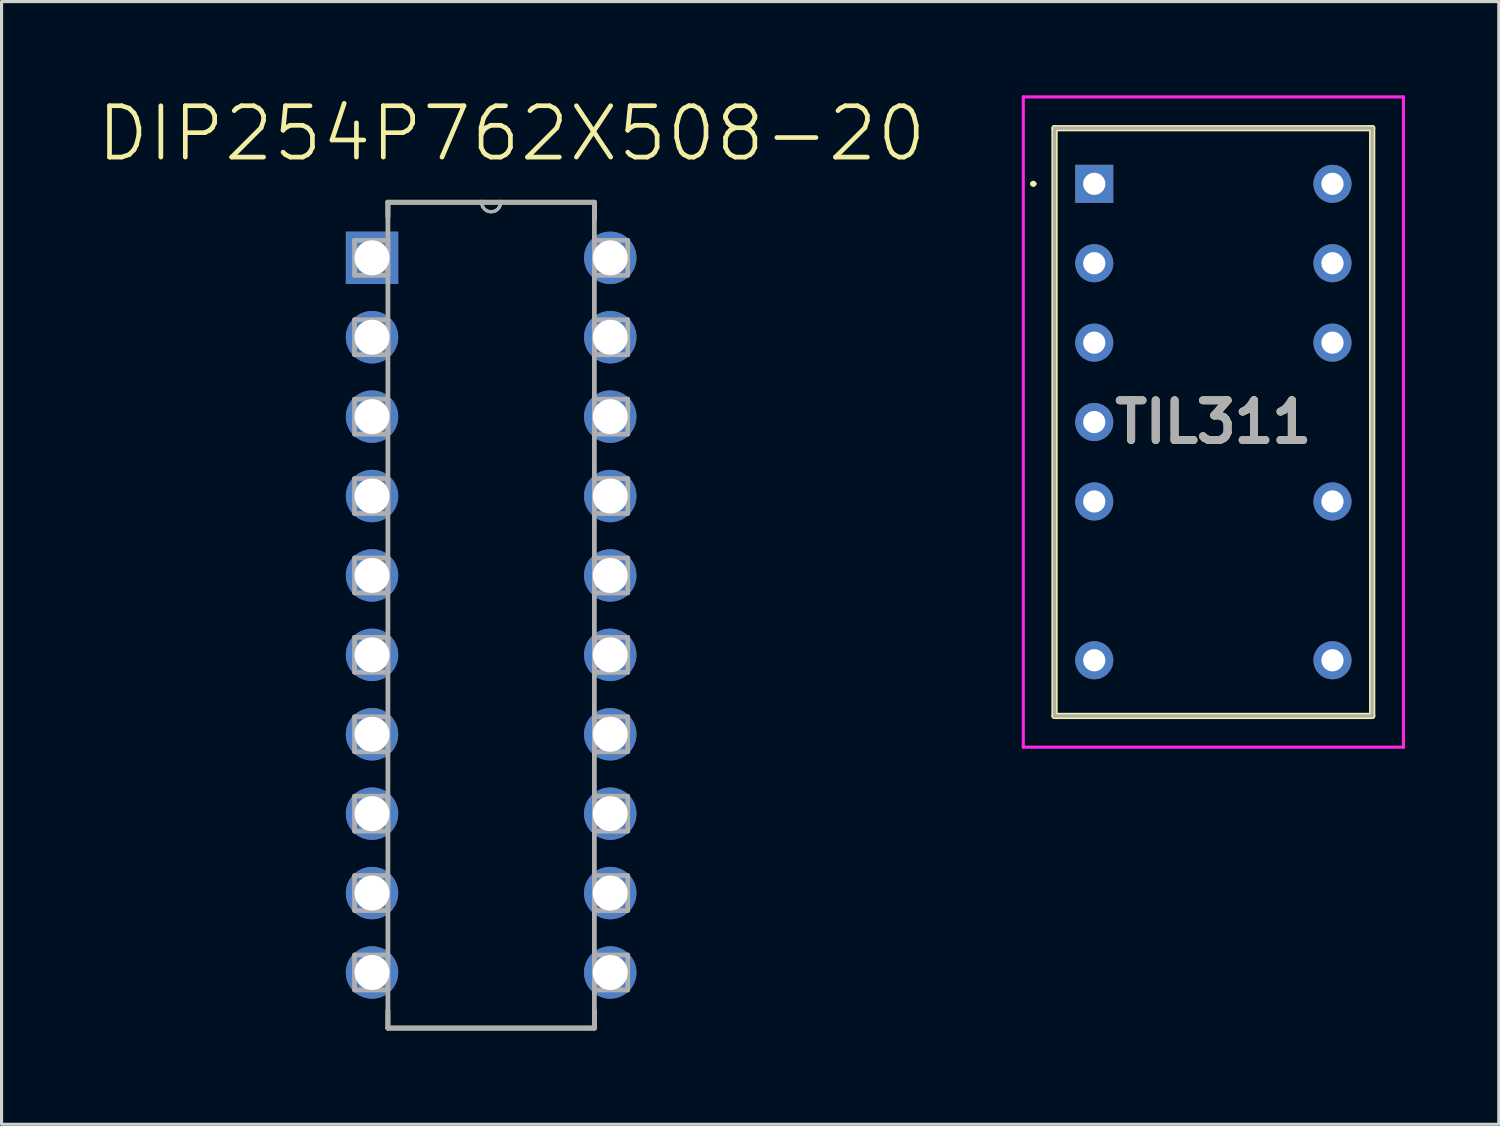
<source format=kicad_pcb>
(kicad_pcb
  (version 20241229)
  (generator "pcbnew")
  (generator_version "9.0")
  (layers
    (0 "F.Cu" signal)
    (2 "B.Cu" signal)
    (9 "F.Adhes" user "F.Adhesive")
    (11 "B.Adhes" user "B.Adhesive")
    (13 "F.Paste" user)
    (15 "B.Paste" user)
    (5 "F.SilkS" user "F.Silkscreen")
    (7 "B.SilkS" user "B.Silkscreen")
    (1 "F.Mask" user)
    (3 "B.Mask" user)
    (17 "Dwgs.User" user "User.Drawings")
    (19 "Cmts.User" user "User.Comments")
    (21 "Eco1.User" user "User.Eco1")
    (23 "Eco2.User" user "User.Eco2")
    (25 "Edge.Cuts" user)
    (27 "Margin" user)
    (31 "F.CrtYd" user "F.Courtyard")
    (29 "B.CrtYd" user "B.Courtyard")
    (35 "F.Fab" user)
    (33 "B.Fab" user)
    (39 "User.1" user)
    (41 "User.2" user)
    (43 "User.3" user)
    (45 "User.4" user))
  (footprint "TIL311"
    (layer "F.Cu")
    (at 31.952 2.83)
    (property "Reference" "TIL311" (at 3.81 7.62 0) (layer "F.SilkS") (effects (font (size 1.27 1.27) (thickness 0.254))))
    (attr through_hole)
    (fp_line (start -2 0) (end -2 0) (stroke (width 0.1) (type solid)) (layer "F.SilkS"))
    (fp_line (start -1.9 0) (end -1.9 0) (stroke (width 0.1) (type solid)) (layer "F.SilkS"))
    (fp_line (start -1.27 -1.78) (end 8.89 -1.78) (stroke (width 0.2) (type solid)) (layer "F.SilkS"))
    (fp_line (start -1.27 17.02) (end -1.27 -1.78) (stroke (width 0.2) (type solid)) (layer "F.SilkS"))
    (fp_line (start 8.89 -1.78) (end 8.89 17.02) (stroke (width 0.2) (type solid)) (layer "F.SilkS"))
    (fp_line (start 8.89 17.02) (end -1.27 17.02) (stroke (width 0.2) (type solid)) (layer "F.SilkS"))
    (fp_arc (start -2 0) (mid -1.95 -0.05) (end -1.9 0) (stroke (width 0.1) (type solid)) (layer "F.SilkS"))
    (fp_arc (start -1.9 0) (mid -1.95 0.05) (end -2 0) (stroke (width 0.1) (type solid)) (layer "F.SilkS"))
    (fp_line (start -2.27 -2.78) (end 9.89 -2.78) (stroke (width 0.1) (type solid)) (layer "F.CrtYd"))
    (fp_line (start -2.27 18.02) (end -2.27 -2.78) (stroke (width 0.1) (type solid)) (layer "F.CrtYd"))
    (fp_line (start 9.89 -2.78) (end 9.89 18.02) (stroke (width 0.1) (type solid)) (layer "F.CrtYd"))
    (fp_line (start 9.89 18.02) (end -2.27 18.02) (stroke (width 0.1) (type solid)) (layer "F.CrtYd"))
    (fp_line (start -1.27 -1.78) (end 8.89 -1.78) (stroke (width 0.1) (type solid)) (layer "F.Fab"))
    (fp_line (start -1.27 17.02) (end -1.27 -1.78) (stroke (width 0.1) (type solid)) (layer "F.Fab"))
    (fp_line (start 8.89 -1.78) (end 8.89 17.02) (stroke (width 0.1) (type solid)) (layer "F.Fab"))
    (fp_line (start 8.89 17.02) (end -1.27 17.02) (stroke (width 0.1) (type solid)) (layer "F.Fab"))
    (fp_text user "${REFERENCE}" (at 3.81 7.62 0) (layer "F.Fab") (effects (font (size 1.27 1.27) (thickness 0.254))))
    (pad "1" thru_hole rect (at 0 0) (size 1.217 1.217) (drill 0.71) (layers "*.Cu" "*.Mask"))
    (pad "2" thru_hole circle (at 0 2.54) (size 1.217 1.217) (drill 0.71) (layers "*.Cu" "*.Mask"))
    (pad "3" thru_hole circle (at 0 5.08) (size 1.217 1.217) (drill 0.71) (layers "*.Cu" "*.Mask"))
    (pad "4" thru_hole circle (at 0 7.62) (size 1.217 1.217) (drill 0.71) (layers "*.Cu" "*.Mask"))
    (pad "5" thru_hole circle (at 0 10.16) (size 1.217 1.217) (drill 0.71) (layers "*.Cu" "*.Mask"))
    (pad "7" thru_hole circle (at 0 15.24) (size 1.217 1.217) (drill 0.71) (layers "*.Cu" "*.Mask"))
    (pad "8" thru_hole circle (at 7.62 15.24) (size 1.217 1.217) (drill 0.71) (layers "*.Cu" "*.Mask"))
    (pad "10" thru_hole circle (at 7.62 10.16) (size 1.217 1.217) (drill 0.71) (layers "*.Cu" "*.Mask"))
    (pad "12" thru_hole circle (at 7.62 5.08) (size 1.217 1.217) (drill 0.71) (layers "*.Cu" "*.Mask"))
    (pad "13" thru_hole circle (at 7.62 2.54) (size 1.217 1.217) (drill 0.71) (layers "*.Cu" "*.Mask"))
    (pad "14" thru_hole circle (at 7.62 0) (size 1.217 1.217) (drill 0.71) (layers "*.Cu" "*.Mask")))
  (footprint "DIP254P762X508-20"
    (layer "F.Cu")
    (at 16.47 28.057)
    (property "Reference" "DIP254P762X508-20" (at -3.154 -26.834 0) (layer "F.SilkS") (effects (font (size 1.642 1.642) (thickness 0.15))))
    (attr through_hole)
    (fp_line (start -7.112 -24.638) (end -7.112 -24.181) (stroke (width 0.152) (type solid)) (layer "F.SilkS"))
    (fp_line (start -7.112 1.219) (end -7.112 1.778) (stroke (width 0.152) (type solid)) (layer "F.SilkS"))
    (fp_line (start -7.112 1.778) (end -0.508 1.778) (stroke (width 0.152) (type solid)) (layer "F.SilkS"))
    (fp_line (start -4.115 -24.638) (end -7.112 -24.638) (stroke (width 0.152) (type solid)) (layer "F.SilkS"))
    (fp_line (start -3.505 -24.638) (end -4.115 -24.638) (stroke (width 0.152) (type solid)) (layer "F.SilkS"))
    (fp_line (start -0.508 -24.638) (end -3.505 -24.638) (stroke (width 0.152) (type solid)) (layer "F.SilkS"))
    (fp_line (start -0.508 -24.079) (end -0.508 -24.638) (stroke (width 0.152) (type solid)) (layer "F.SilkS"))
    (fp_line (start -0.508 1.778) (end -0.508 1.219) (stroke (width 0.152) (type solid)) (layer "F.SilkS"))
    (fp_arc (start -3.5052 -24.638) (mid -3.81 -24.3332) (end -4.1148 -24.638) (stroke (width 0.1) (type solid)) (layer "F.SilkS"))
    (fp_line (start -8.179 -23.419) (end -8.179 -22.301) (stroke (width 0.152) (type solid)) (layer "F.Fab"))
    (fp_line (start -8.179 -22.301) (end -7.112 -22.301) (stroke (width 0.152) (type solid)) (layer "F.Fab"))
    (fp_line (start -8.179 -20.879) (end -8.179 -19.761) (stroke (width 0.152) (type solid)) (layer "F.Fab"))
    (fp_line (start -8.179 -19.761) (end -7.112 -19.761) (stroke (width 0.152) (type solid)) (layer "F.Fab"))
    (fp_line (start -8.179 -18.339) (end -8.179 -17.221) (stroke (width 0.152) (type solid)) (layer "F.Fab"))
    (fp_line (start -8.179 -17.221) (end -7.112 -17.221) (stroke (width 0.152) (type solid)) (layer "F.Fab"))
    (fp_line (start -8.179 -15.799) (end -8.179 -14.681) (stroke (width 0.152) (type solid)) (layer "F.Fab"))
    (fp_line (start -8.179 -14.681) (end -7.112 -14.681) (stroke (width 0.152) (type solid)) (layer "F.Fab"))
    (fp_line (start -8.179 -13.259) (end -8.179 -12.141) (stroke (width 0.152) (type solid)) (layer "F.Fab"))
    (fp_line (start -8.179 -12.141) (end -7.112 -12.141) (stroke (width 0.152) (type solid)) (layer "F.Fab"))
    (fp_line (start -8.179 -10.719) (end -8.179 -9.601) (stroke (width 0.152) (type solid)) (layer "F.Fab"))
    (fp_line (start -8.179 -9.601) (end -7.112 -9.601) (stroke (width 0.152) (type solid)) (layer "F.Fab"))
    (fp_line (start -8.179 -8.179) (end -8.179 -7.061) (stroke (width 0.152) (type solid)) (layer "F.Fab"))
    (fp_line (start -8.179 -7.061) (end -7.112 -7.061) (stroke (width 0.152) (type solid)) (layer "F.Fab"))
    (fp_line (start -8.179 -5.639) (end -8.179 -4.521) (stroke (width 0.152) (type solid)) (layer "F.Fab"))
    (fp_line (start -8.179 -4.521) (end -7.112 -4.521) (stroke (width 0.152) (type solid)) (layer "F.Fab"))
    (fp_line (start -8.179 -3.099) (end -8.179 -1.981) (stroke (width 0.152) (type solid)) (layer "F.Fab"))
    (fp_line (start -8.179 -1.981) (end -7.112 -1.981) (stroke (width 0.152) (type solid)) (layer "F.Fab"))
    (fp_line (start -8.179 -0.559) (end -8.179 0.559) (stroke (width 0.152) (type solid)) (layer "F.Fab"))
    (fp_line (start -8.179 0.559) (end -7.112 0.559) (stroke (width 0.152) (type solid)) (layer "F.Fab"))
    (fp_line (start -7.112 -24.638) (end -7.112 1.778) (stroke (width 0.152) (type solid)) (layer "F.Fab"))
    (fp_line (start -7.112 -23.419) (end -8.179 -23.419) (stroke (width 0.152) (type solid)) (layer "F.Fab"))
    (fp_line (start -7.112 -22.301) (end -7.112 -23.419) (stroke (width 0.152) (type solid)) (layer "F.Fab"))
    (fp_line (start -7.112 -20.879) (end -8.179 -20.879) (stroke (width 0.152) (type solid)) (layer "F.Fab"))
    (fp_line (start -7.112 -19.761) (end -7.112 -20.879) (stroke (width 0.152) (type solid)) (layer "F.Fab"))
    (fp_line (start -7.112 -18.339) (end -8.179 -18.339) (stroke (width 0.152) (type solid)) (layer "F.Fab"))
    (fp_line (start -7.112 -17.221) (end -7.112 -18.339) (stroke (width 0.152) (type solid)) (layer "F.Fab"))
    (fp_line (start -7.112 -15.799) (end -8.179 -15.799) (stroke (width 0.152) (type solid)) (layer "F.Fab"))
    (fp_line (start -7.112 -14.681) (end -7.112 -15.799) (stroke (width 0.152) (type solid)) (layer "F.Fab"))
    (fp_line (start -7.112 -13.259) (end -8.179 -13.259) (stroke (width 0.152) (type solid)) (layer "F.Fab"))
    (fp_line (start -7.112 -12.141) (end -7.112 -13.259) (stroke (width 0.152) (type solid)) (layer "F.Fab"))
    (fp_line (start -7.112 -10.719) (end -8.179 -10.719) (stroke (width 0.152) (type solid)) (layer "F.Fab"))
    (fp_line (start -7.112 -9.601) (end -7.112 -10.719) (stroke (width 0.152) (type solid)) (layer "F.Fab"))
    (fp_line (start -7.112 -8.179) (end -8.179 -8.179) (stroke (width 0.152) (type solid)) (layer "F.Fab"))
    (fp_line (start -7.112 -7.061) (end -7.112 -8.179) (stroke (width 0.152) (type solid)) (layer "F.Fab"))
    (fp_line (start -7.112 -5.639) (end -8.179 -5.639) (stroke (width 0.152) (type solid)) (layer "F.Fab"))
    (fp_line (start -7.112 -4.521) (end -7.112 -5.639) (stroke (width 0.152) (type solid)) (layer "F.Fab"))
    (fp_line (start -7.112 -3.099) (end -8.179 -3.099) (stroke (width 0.152) (type solid)) (layer "F.Fab"))
    (fp_line (start -7.112 -1.981) (end -7.112 -3.099) (stroke (width 0.152) (type solid)) (layer "F.Fab"))
    (fp_line (start -7.112 -0.559) (end -8.179 -0.559) (stroke (width 0.152) (type solid)) (layer "F.Fab"))
    (fp_line (start -7.112 0.559) (end -7.112 -0.559) (stroke (width 0.152) (type solid)) (layer "F.Fab"))
    (fp_line (start -7.112 1.778) (end -0.508 1.778) (stroke (width 0.152) (type solid)) (layer "F.Fab"))
    (fp_line (start -4.115 -24.638) (end -7.112 -24.638) (stroke (width 0.152) (type solid)) (layer "F.Fab"))
    (fp_line (start -3.505 -24.638) (end -4.115 -24.638) (stroke (width 0.152) (type solid)) (layer "F.Fab"))
    (fp_line (start -0.508 -24.638) (end -3.505 -24.638) (stroke (width 0.152) (type solid)) (layer "F.Fab"))
    (fp_line (start -0.508 -23.419) (end -0.508 -22.301) (stroke (width 0.152) (type solid)) (layer "F.Fab"))
    (fp_line (start -0.508 -22.301) (end 0.559 -22.301) (stroke (width 0.152) (type solid)) (layer "F.Fab"))
    (fp_line (start -0.508 -20.879) (end -0.508 -19.761) (stroke (width 0.152) (type solid)) (layer "F.Fab"))
    (fp_line (start -0.508 -19.761) (end 0.559 -19.761) (stroke (width 0.152) (type solid)) (layer "F.Fab"))
    (fp_line (start -0.508 -18.339) (end -0.508 -17.221) (stroke (width 0.152) (type solid)) (layer "F.Fab"))
    (fp_line (start -0.508 -17.221) (end 0.559 -17.221) (stroke (width 0.152) (type solid)) (layer "F.Fab"))
    (fp_line (start -0.508 -15.799) (end -0.508 -14.681) (stroke (width 0.152) (type solid)) (layer "F.Fab"))
    (fp_line (start -0.508 -14.681) (end 0.559 -14.681) (stroke (width 0.152) (type solid)) (layer "F.Fab"))
    (fp_line (start -0.508 -13.259) (end -0.508 -12.141) (stroke (width 0.152) (type solid)) (layer "F.Fab"))
    (fp_line (start -0.508 -12.141) (end 0.559 -12.141) (stroke (width 0.152) (type solid)) (layer "F.Fab"))
    (fp_line (start -0.508 -10.719) (end -0.508 -9.601) (stroke (width 0.152) (type solid)) (layer "F.Fab"))
    (fp_line (start -0.508 -9.601) (end 0.559 -9.601) (stroke (width 0.152) (type solid)) (layer "F.Fab"))
    (fp_line (start -0.508 -8.179) (end -0.508 -7.061) (stroke (width 0.152) (type solid)) (layer "F.Fab"))
    (fp_line (start -0.508 -7.061) (end 0.559 -7.061) (stroke (width 0.152) (type solid)) (layer "F.Fab"))
    (fp_line (start -0.508 -5.639) (end -0.508 -4.521) (stroke (width 0.152) (type solid)) (layer "F.Fab"))
    (fp_line (start -0.508 -4.521) (end 0.559 -4.521) (stroke (width 0.152) (type solid)) (layer "F.Fab"))
    (fp_line (start -0.508 -3.099) (end -0.508 -1.981) (stroke (width 0.152) (type solid)) (layer "F.Fab"))
    (fp_line (start -0.508 -1.981) (end 0.559 -1.981) (stroke (width 0.152) (type solid)) (layer "F.Fab"))
    (fp_line (start -0.508 -0.559) (end -0.508 0.559) (stroke (width 0.152) (type solid)) (layer "F.Fab"))
    (fp_line (start -0.508 0.559) (end 0.559 0.559) (stroke (width 0.152) (type solid)) (layer "F.Fab"))
    (fp_line (start -0.508 1.778) (end -0.508 -24.638) (stroke (width 0.152) (type solid)) (layer "F.Fab"))
    (fp_line (start 0.559 -23.419) (end -0.508 -23.419) (stroke (width 0.152) (type solid)) (layer "F.Fab"))
    (fp_line (start 0.559 -22.301) (end 0.559 -23.419) (stroke (width 0.152) (type solid)) (layer "F.Fab"))
    (fp_line (start 0.559 -20.879) (end -0.508 -20.879) (stroke (width 0.152) (type solid)) (layer "F.Fab"))
    (fp_line (start 0.559 -19.761) (end 0.559 -20.879) (stroke (width 0.152) (type solid)) (layer "F.Fab"))
    (fp_line (start 0.559 -18.339) (end -0.508 -18.339) (stroke (width 0.152) (type solid)) (layer "F.Fab"))
    (fp_line (start 0.559 -17.221) (end 0.559 -18.339) (stroke (width 0.152) (type solid)) (layer "F.Fab"))
    (fp_line (start 0.559 -15.799) (end -0.508 -15.799) (stroke (width 0.152) (type solid)) (layer "F.Fab"))
    (fp_line (start 0.559 -14.681) (end 0.559 -15.799) (stroke (width 0.152) (type solid)) (layer "F.Fab"))
    (fp_line (start 0.559 -13.259) (end -0.508 -13.259) (stroke (width 0.152) (type solid)) (layer "F.Fab"))
    (fp_line (start 0.559 -12.141) (end 0.559 -13.259) (stroke (width 0.152) (type solid)) (layer "F.Fab"))
    (fp_line (start 0.559 -10.719) (end -0.508 -10.719) (stroke (width 0.152) (type solid)) (layer "F.Fab"))
    (fp_line (start 0.559 -9.601) (end 0.559 -10.719) (stroke (width 0.152) (type solid)) (layer "F.Fab"))
    (fp_line (start 0.559 -8.179) (end -0.508 -8.179) (stroke (width 0.152) (type solid)) (layer "F.Fab"))
    (fp_line (start 0.559 -7.061) (end 0.559 -8.179) (stroke (width 0.152) (type solid)) (layer "F.Fab"))
    (fp_line (start 0.559 -5.639) (end -0.508 -5.639) (stroke (width 0.152) (type solid)) (layer "F.Fab"))
    (fp_line (start 0.559 -4.521) (end 0.559 -5.639) (stroke (width 0.152) (type solid)) (layer "F.Fab"))
    (fp_line (start 0.559 -3.099) (end -0.508 -3.099) (stroke (width 0.152) (type solid)) (layer "F.Fab"))
    (fp_line (start 0.559 -1.981) (end 0.559 -3.099) (stroke (width 0.152) (type solid)) (layer "F.Fab"))
    (fp_line (start 0.559 -0.559) (end -0.508 -0.559) (stroke (width 0.152) (type solid)) (layer "F.Fab"))
    (fp_line (start 0.559 0.559) (end 0.559 -0.559) (stroke (width 0.152) (type solid)) (layer "F.Fab"))
    (fp_arc (start -3.5052 -24.638) (mid -3.81 -24.3332) (end -4.1148 -24.638) (stroke (width 0.1) (type solid)) (layer "F.Fab"))
    (pad "1" thru_hole rect (at -7.62 -22.86) (size 1.676 1.676) (drill 1.118) (layers "*.Cu" "*.Mask"))
    (pad "2" thru_hole circle (at -7.62 -20.32) (size 1.676 1.676) (drill 1.118) (layers "*.Cu" "*.Mask"))
    (pad "3" thru_hole circle (at -7.62 -17.78) (size 1.676 1.676) (drill 1.118) (layers "*.Cu" "*.Mask"))
    (pad "4" thru_hole circle (at -7.62 -15.24) (size 1.676 1.676) (drill 1.118) (layers "*.Cu" "*.Mask"))
    (pad "5" thru_hole circle (at -7.62 -12.7) (size 1.676 1.676) (drill 1.118) (layers "*.Cu" "*.Mask"))
    (pad "6" thru_hole circle (at -7.62 -10.16) (size 1.676 1.676) (drill 1.118) (layers "*.Cu" "*.Mask"))
    (pad "7" thru_hole circle (at -7.62 -7.62) (size 1.676 1.676) (drill 1.118) (layers "*.Cu" "*.Mask"))
    (pad "8" thru_hole circle (at -7.62 -5.08) (size 1.676 1.676) (drill 1.118) (layers "*.Cu" "*.Mask"))
    (pad "9" thru_hole circle (at -7.62 -2.54) (size 1.676 1.676) (drill 1.118) (layers "*.Cu" "*.Mask"))
    (pad "10" thru_hole circle (at -7.62 0) (size 1.676 1.676) (drill 1.118) (layers "*.Cu" "*.Mask"))
    (pad "11" thru_hole circle (at 0 0) (size 1.676 1.676) (drill 1.118) (layers "*.Cu" "*.Mask"))
    (pad "12" thru_hole circle (at 0 -2.54) (size 1.676 1.676) (drill 1.118) (layers "*.Cu" "*.Mask"))
    (pad "13" thru_hole circle (at 0 -5.08) (size 1.676 1.676) (drill 1.118) (layers "*.Cu" "*.Mask"))
    (pad "14" thru_hole circle (at 0 -7.62) (size 1.676 1.676) (drill 1.118) (layers "*.Cu" "*.Mask"))
    (pad "15" thru_hole circle (at 0 -10.16) (size 1.676 1.676) (drill 1.118) (layers "*.Cu" "*.Mask"))
    (pad "16" thru_hole circle (at 0 -12.7) (size 1.676 1.676) (drill 1.118) (layers "*.Cu" "*.Mask"))
    (pad "17" thru_hole circle (at 0 -15.24) (size 1.676 1.676) (drill 1.118) (layers "*.Cu" "*.Mask"))
    (pad "18" thru_hole circle (at 0 -17.78) (size 1.676 1.676) (drill 1.118) (layers "*.Cu" "*.Mask"))
    (pad "19" thru_hole circle (at 0 -20.32) (size 1.676 1.676) (drill 1.118) (layers "*.Cu" "*.Mask"))
    (pad "20" thru_hole circle (at 0 -22.86) (size 1.676 1.676) (drill 1.118) (layers "*.Cu" "*.Mask")))
  (gr_rect
    (start -3 -3)
    (end 44.892 32.912)
    (stroke (width 0.1) (type default))
    (fill no)
    (layer "Edge.Cuts")))
</source>
